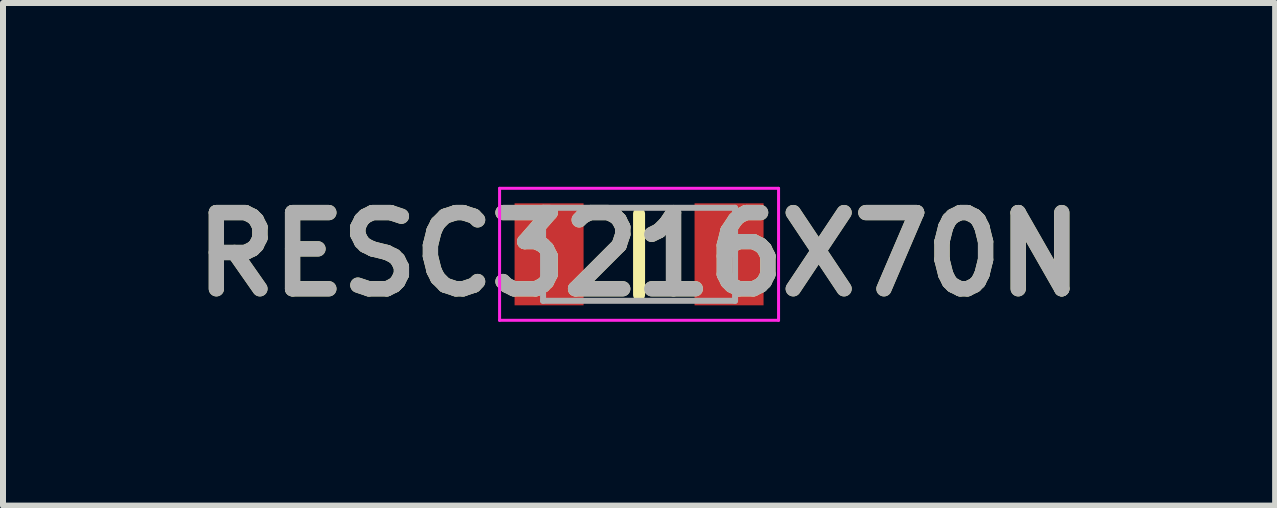
<source format=kicad_pcb>
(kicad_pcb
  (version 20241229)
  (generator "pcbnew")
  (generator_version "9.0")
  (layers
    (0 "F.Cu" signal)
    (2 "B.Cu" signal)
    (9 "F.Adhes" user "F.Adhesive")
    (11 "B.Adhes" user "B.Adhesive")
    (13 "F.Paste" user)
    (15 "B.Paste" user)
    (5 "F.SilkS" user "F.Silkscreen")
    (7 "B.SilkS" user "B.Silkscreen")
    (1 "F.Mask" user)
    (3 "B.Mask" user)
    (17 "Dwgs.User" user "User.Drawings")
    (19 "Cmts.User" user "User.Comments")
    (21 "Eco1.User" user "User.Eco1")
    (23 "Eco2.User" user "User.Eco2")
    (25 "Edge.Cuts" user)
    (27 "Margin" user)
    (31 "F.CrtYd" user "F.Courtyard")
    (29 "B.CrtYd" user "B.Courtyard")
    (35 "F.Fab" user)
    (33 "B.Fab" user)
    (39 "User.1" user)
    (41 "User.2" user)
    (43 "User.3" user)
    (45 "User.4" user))
  (footprint "RESC3216X70N"
    (layer "F.Cu")
    (at 7.602 1.189)
    (property "Reference" "RESC3216X70N" (at 0 0 0) (layer "F.SilkS") (effects (font (size 1.27 1.27) (thickness 0.254))))
    (attr smd)
    (fp_line (start 0 -0.675) (end 0 0.675) (stroke (width 0.2) (type solid)) (layer "F.SilkS"))
    (fp_line (start -2.325 -1.1) (end 2.325 -1.1) (stroke (width 0.05) (type solid)) (layer "F.CrtYd"))
    (fp_line (start -2.325 1.1) (end -2.325 -1.1) (stroke (width 0.05) (type solid)) (layer "F.CrtYd"))
    (fp_line (start 2.325 -1.1) (end 2.325 1.1) (stroke (width 0.05) (type solid)) (layer "F.CrtYd"))
    (fp_line (start 2.325 1.1) (end -2.325 1.1) (stroke (width 0.05) (type solid)) (layer "F.CrtYd"))
    (fp_line (start -1.6 -0.775) (end 1.6 -0.775) (stroke (width 0.1) (type solid)) (layer "F.Fab"))
    (fp_line (start -1.6 0.775) (end -1.6 -0.775) (stroke (width 0.1) (type solid)) (layer "F.Fab"))
    (fp_line (start 1.6 -0.775) (end 1.6 0.775) (stroke (width 0.1) (type solid)) (layer "F.Fab"))
    (fp_line (start 1.6 0.775) (end -1.6 0.775) (stroke (width 0.1) (type solid)) (layer "F.Fab"))
    (fp_text user "${REFERENCE}" (at 0 0 0) (layer "F.Fab") (effects (font (size 1.27 1.27) (thickness 0.254))))
    (pad "1" smd rect (at -1.5 0) (size 1.15 1.7) (layers "F.Cu" "F.Mask" "F.Paste"))
    (pad "2" smd rect (at 1.5 0) (size 1.15 1.7) (layers "F.Cu" "F.Mask" "F.Paste")))
  (gr_rect
    (start -3 -3)
    (end 18.204 5.377)
    (stroke (width 0.1) (type default))
    (fill no)
    (layer "Edge.Cuts")))
</source>
